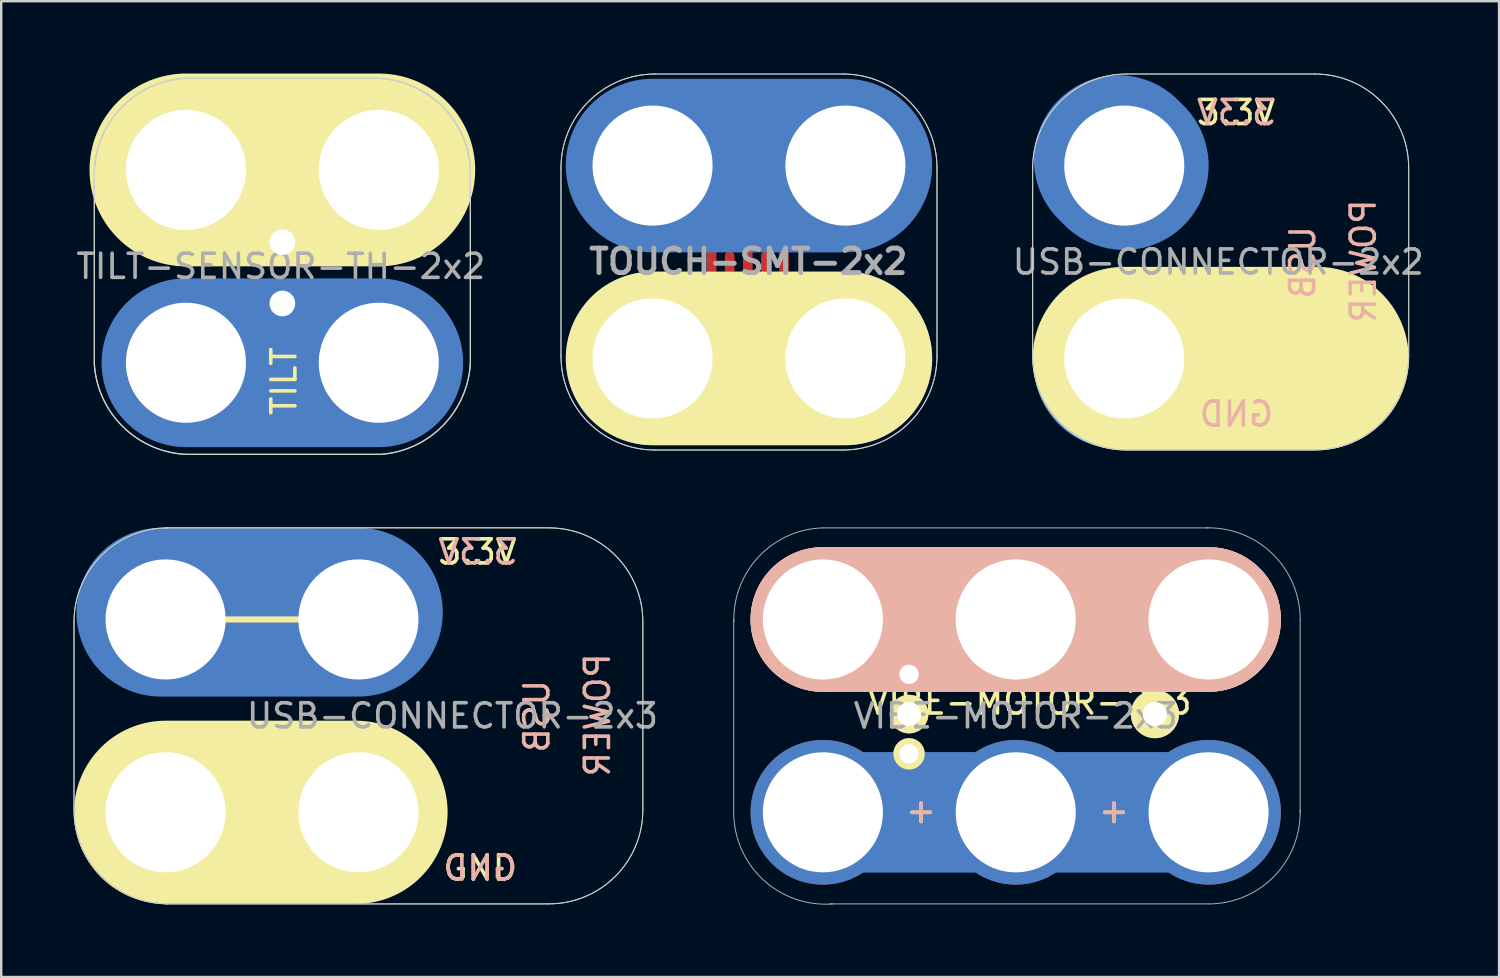
<source format=kicad_pcb>
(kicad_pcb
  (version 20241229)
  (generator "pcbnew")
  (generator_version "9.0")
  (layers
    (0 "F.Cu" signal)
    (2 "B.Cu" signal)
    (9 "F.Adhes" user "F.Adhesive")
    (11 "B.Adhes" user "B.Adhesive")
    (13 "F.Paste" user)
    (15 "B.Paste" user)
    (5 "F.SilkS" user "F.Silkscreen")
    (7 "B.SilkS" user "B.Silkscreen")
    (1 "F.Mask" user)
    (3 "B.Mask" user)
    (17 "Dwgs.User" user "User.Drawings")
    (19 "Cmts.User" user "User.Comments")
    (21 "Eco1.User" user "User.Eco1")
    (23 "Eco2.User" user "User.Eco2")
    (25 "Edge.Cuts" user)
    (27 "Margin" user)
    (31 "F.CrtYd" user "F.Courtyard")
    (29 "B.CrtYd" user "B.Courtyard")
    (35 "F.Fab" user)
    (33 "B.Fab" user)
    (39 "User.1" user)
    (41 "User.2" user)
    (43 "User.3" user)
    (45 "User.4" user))
  (footprint "TOUCH-SMT-2x2"
    (layer "F.Cu")
    (at 24.023 11.82)
    (property "Reference" "TOUCH-SMT-2x2" (at 3.97 -4.02 0) (layer "F.Fab") (effects (font (size 1.016 1.016) (thickness 0.203))))
    (attr through_hole)
    (fp_line (start 2.45 -5) (end 2.45 -3.25) (stroke (width 0.4) (type solid)) (layer "F.Cu"))
    (fp_line (start 3.2 -4.25) (end 3.2 -2.5) (stroke (width 0.4) (type solid)) (layer "F.Cu"))
    (fp_line (start 3.95 -5) (end 3.95 -3.25) (stroke (width 0.4) (type solid)) (layer "F.Cu"))
    (fp_line (start 4 -8) (end 4 -5.1) (stroke (width 1) (type solid)) (layer "F.Cu"))
    (fp_line (start 4 -2.3) (end 4 0.6) (stroke (width 1) (type solid)) (layer "F.Cu"))
    (fp_line (start 4.7 -2.5) (end 4.7 -4.25) (stroke (width 0.4) (type solid)) (layer "F.Cu"))
    (fp_line (start 5.45 -5) (end 5.45 -3.25) (stroke (width 0.4) (type solid)) (layer "F.Cu"))
    (fp_line (start 8 -8) (end -0.1 -8) (stroke (width 1) (type solid)) (layer "F.Cu"))
    (fp_line (start 8 0.6) (end -0.1 0.6) (stroke (width 1) (type solid)) (layer "F.Cu"))
    (fp_line (start 0 -8) (end 8 -8) (stroke (width 7.2) (type solid)) (layer "B.Cu"))
    (fp_line (start 0 0) (end 8 0) (stroke (width 7.2) (type solid)) (layer "B.Cu"))
    (fp_line (start 0 -8) (end 8 -8) (stroke (width 7.2) (type solid)) (layer "B.Mask"))
    (fp_line (start 0 0) (end 8 0) (stroke (width 7.2) (type solid)) (layer "B.Mask"))
    (fp_line (start 0 0) (end 8 0) (stroke (width 7.2) (type solid)) (layer "F.SilkS"))
    (fp_line (start -3.8 -0.1) (end -3.8 -7.9) (stroke (width 0.041) (type solid)) (layer "Edge.Cuts"))
    (fp_line (start 7.9 -11.8) (end 0.1 -11.8) (stroke (width 0.041) (type solid)) (layer "Edge.Cuts"))
    (fp_line (start 7.9 3.8) (end 0.1 3.8) (stroke (width 0.041) (type solid)) (layer "Edge.Cuts"))
    (fp_line (start 11.8 -0.1) (end 11.8 -7.9) (stroke (width 0.041) (type solid)) (layer "Edge.Cuts"))
    (fp_arc (start -3.8 -7.9) (mid -2.657716 -10.657716) (end 0.1 -11.8) (stroke (width 0.04064) (type solid)) (layer "Edge.Cuts"))
    (fp_arc (start 0.1 3.8) (mid -2.657716 2.657716) (end -3.8 -0.1) (stroke (width 0.04064) (type solid)) (layer "Edge.Cuts"))
    (fp_arc (start 7.9 -11.8) (mid 10.657716 -10.657716) (end 11.8 -7.9) (stroke (width 0.04064) (type solid)) (layer "Edge.Cuts"))
    (fp_arc (start 11.8 -0.1) (mid 10.657716 2.657716) (end 7.9 3.8) (stroke (width 0.04064) (type solid)) (layer "Edge.Cuts"))
    (fp_line (start -3.8 -0.1) (end -3.8 -7.9) (stroke (width 0.041) (type solid)) (layer "F.Fab"))
    (fp_line (start 7.9 -11.8) (end 0.1 -11.8) (stroke (width 0.041) (type solid)) (layer "F.Fab"))
    (fp_line (start 7.9 3.8) (end 0.1 3.8) (stroke (width 0.041) (type solid)) (layer "F.Fab"))
    (fp_line (start 11.8 -0.1) (end 11.8 -7.9) (stroke (width 0.041) (type solid)) (layer "F.Fab"))
    (fp_arc (start -3.8 -7.9) (mid -2.657716 -10.657716) (end 0.1 -11.8) (stroke (width 0.04064) (type solid)) (layer "F.Fab"))
    (fp_arc (start 0.1 3.8) (mid -2.657716 2.657716) (end -3.8 -0.1) (stroke (width 0.04064) (type solid)) (layer "F.Fab"))
    (fp_arc (start 7.9 -11.8) (mid 10.657716 -10.657716) (end 11.8 -7.9) (stroke (width 0.04064) (type solid)) (layer "F.Fab"))
    (fp_arc (start 11.8 -0.1) (mid 10.657716 2.657716) (end 7.9 3.8) (stroke (width 0.04064) (type solid)) (layer "F.Fab"))
    (fp_text user "+" (at 4 0 0) (layer "F.SilkS") (effects (font (size 1 1) (thickness 0.15))))
    (pad "" smd circle (at 3.95 -4) (size 4 4) (layers "F.Mask" "F.Paste"))
    (pad "1" thru_hole circle (at 0 -8) (size 6 6) (drill 4.98) (layers "*.Cu" "*.Mask"))
    (pad "1" smd rect (at 3.95 -5) (size 3 0.5) (layers "F.Cu" "F.Mask" "F.Paste"))
    (pad "1" thru_hole circle (at 8 -8) (size 6 6) (drill 4.98) (layers "*.Cu" "*.Mask"))
    (pad "2" thru_hole circle (at 0 0) (size 6 6) (drill 4.98) (layers "*.Cu" "*.Mask"))
    (pad "2" smd rect (at 3.95 -2.365) (size 1.8 0.5) (layers "F.Cu" "F.Mask" "F.Paste"))
    (pad "2" thru_hole circle (at 8 0) (size 6 6) (drill 4.98) (layers "*.Cu" "*.Mask")))
  (footprint "TILT-SENSOR-TH-2x2"
    (layer "F.Cu")
    (at 4.664 12)
    (property "Reference" "TILT-SENSOR-TH-2x2" (at 3.937 -4 0) (layer "F.Fab") (effects (font (size 1 1) (thickness 0.15))))
    (attr through_hole)
    (fp_line (start 4 -5.2) (end 4 -6.3) (stroke (width 2) (type solid)) (layer "B.Cu"))
    (fp_line (start 4 -1.35) (end 4 -2.45) (stroke (width 2) (type solid)) (layer "B.Cu"))
    (fp_line (start 8 -8) (end 0 -8) (stroke (width 7) (type solid)) (layer "B.Cu"))
    (fp_line (start 8 0) (end 0 0) (stroke (width 7) (type solid)) (layer "B.Cu"))
    (fp_line (start 8 -8) (end 0 -8) (stroke (width 7) (type solid)) (layer "B.Mask"))
    (fp_line (start 8 0) (end 0 0) (stroke (width 7) (type solid)) (layer "B.Mask"))
    (fp_line (start 0 -8) (end 8 -8) (stroke (width 8) (type solid)) (layer "F.SilkS"))
    (fp_line (start 2.5 -6.23) (end 5.5 -6.23) (stroke (width 0.15) (type solid)) (layer "F.SilkS"))
    (fp_line (start -3.8 -8) (end -3.8 0) (stroke (width 0.05) (type solid)) (layer "Edge.Cuts"))
    (fp_line (start 0 -11.8) (end 8 -11.8) (stroke (width 0.05) (type solid)) (layer "Edge.Cuts"))
    (fp_line (start 0 3.8) (end 8 3.8) (stroke (width 0.05) (type solid)) (layer "Edge.Cuts"))
    (fp_line (start 11.8 -8) (end 11.8 0) (stroke (width 0.05) (type solid)) (layer "Edge.Cuts"))
    (fp_arc (start -3.8 -8) (mid -2.636928 -10.631138) (end -0.009972 -11.803625) (stroke (width 0.05) (type solid)) (layer "Edge.Cuts"))
    (fp_arc (start 0 3.8) (mid -2.631138 2.636928) (end -3.803625 0.009972) (stroke (width 0.05) (type solid)) (layer "Edge.Cuts"))
    (fp_arc (start 8 -11.8) (mid 10.631138 -10.636928) (end 11.803625 -8.009972) (stroke (width 0.05) (type solid)) (layer "Edge.Cuts"))
    (fp_arc (start 11.8 0) (mid 10.636928 2.631138) (end 8.009972 3.803625) (stroke (width 0.05) (type solid)) (layer "Edge.Cuts"))
    (fp_line (start -3.8 -8) (end -3.8 0) (stroke (width 0.05) (type solid)) (layer "F.Fab"))
    (fp_line (start 0 -11.8) (end 8 -11.8) (stroke (width 0.05) (type solid)) (layer "F.Fab"))
    (fp_line (start 0 3.8) (end 8 3.8) (stroke (width 0.05) (type solid)) (layer "F.Fab"))
    (fp_line (start 11.8 -8) (end 11.8 0) (stroke (width 0.05) (type solid)) (layer "F.Fab"))
    (fp_arc (start -3.8 -8) (mid -2.636928 -10.631138) (end -0.009972 -11.803625) (stroke (width 0.05) (type solid)) (layer "F.Fab"))
    (fp_arc (start 0 3.8) (mid -2.631138 2.636928) (end -3.803625 0.009972) (stroke (width 0.05) (type solid)) (layer "F.Fab"))
    (fp_arc (start 8 -11.8) (mid 10.631138 -10.636928) (end 11.803625 -8.009972) (stroke (width 0.05) (type solid)) (layer "F.Fab"))
    (fp_arc (start 11.8 0) (mid 10.636928 2.631138) (end 8.009972 3.803625) (stroke (width 0.05) (type solid)) (layer "F.Fab"))
    (fp_text user "TILT" (at 4.064 0.762 90) (layer "F.SilkS") (effects (font (size 1 1) (thickness 0.15))))
    (pad "+" thru_hole circle (at 4 -2.46 270) (size 1.778 1.778) (drill 1.067) (layers "*.Cu" "*.Mask"))
    (pad "-" thru_hole circle (at 4 -5) (size 1.778 1.778) (drill 1.067) (layers "*.Cu" "*.Mask"))
    (pad "1" thru_hole circle (at 0 0) (size 6 6) (drill 4.98) (layers "*.Cu" "B.Mask"))
    (pad "1" thru_hole circle (at 8 0) (size 6 6) (drill 4.98) (layers "*.Cu" "B.Mask"))
    (pad "2" thru_hole circle (at 0 -8) (size 6 6) (drill 4.98) (layers "*.Cu" "B.Mask"))
    (pad "2" thru_hole circle (at 8 -8) (size 6 6) (drill 4.98) (layers "*.Cu" "B.Mask")))
  (footprint "USB-CONNECTOR-2x3"
    (layer "F.Cu")
    (at 11.82 30.649)
    (property "Reference" "USB-CONNECTOR-2x3" (at 3.9 -4 0) (layer "F.Fab") (effects (font (size 1 1) (thickness 0.15))))
    (attr through_hole)
    (fp_line (start 0 -8.3) (end -8.2 -8.3) (stroke (width 7) (type solid)) (layer "B.Cu"))
    (fp_line (start 0 0.1) (end -8.2 0.1) (stroke (width 7) (type solid)) (layer "B.Cu"))
    (fp_line (start -0.1 -8.3) (end -8.1 -8.3) (stroke (width 7) (type solid)) (layer "B.Mask"))
    (fp_line (start -0.1 0.1) (end -8.1 0.1) (stroke (width 7) (type solid)) (layer "B.Mask"))
    (fp_line (start -8 0) (end -0.1 0) (stroke (width 7.6) (type solid)) (layer "F.SilkS"))
    (fp_line (start 0 -8) (end -8.1 -8) (stroke (width 0.254) (type solid)) (layer "F.SilkS"))
    (fp_line (start -11.8 -0.1) (end -11.8 -7.9) (stroke (width 0.041) (type solid)) (layer "Edge.Cuts"))
    (fp_line (start 7.9 -11.8) (end -8 -11.8) (stroke (width 0.041) (type solid)) (layer "Edge.Cuts"))
    (fp_line (start 7.9 3.8) (end -8 3.8) (stroke (width 0.041) (type solid)) (layer "Edge.Cuts"))
    (fp_line (start 11.8 -0.1) (end 11.8 -7.9) (stroke (width 0.041) (type solid)) (layer "Edge.Cuts"))
    (fp_arc (start -11.8 -7.9) (mid -10.657716 -10.657716) (end -7.9 -11.8) (stroke (width 0.04064) (type solid)) (layer "Edge.Cuts"))
    (fp_arc (start -7.9 3.8) (mid -10.657716 2.657716) (end -11.8 -0.1) (stroke (width 0.04064) (type solid)) (layer "Edge.Cuts"))
    (fp_arc (start 7.9 -11.8) (mid 10.657716 -10.657716) (end 11.8 -7.9) (stroke (width 0.04064) (type solid)) (layer "Edge.Cuts"))
    (fp_arc (start 11.8 -0.1) (mid 10.657716 2.657716) (end 7.9 3.8) (stroke (width 0.04064) (type solid)) (layer "Edge.Cuts"))
    (fp_line (start -11.8 -0.1) (end -11.8 -7.9) (stroke (width 0.041) (type solid)) (layer "F.Fab"))
    (fp_line (start 7.9 -11.8) (end -8 -11.8) (stroke (width 0.041) (type solid)) (layer "F.Fab"))
    (fp_line (start 7.9 3.8) (end -8 3.8) (stroke (width 0.041) (type solid)) (layer "F.Fab"))
    (fp_line (start 11.8 -0.1) (end 11.8 -7.9) (stroke (width 0.041) (type solid)) (layer "F.Fab"))
    (fp_arc (start -11.8 -7.9) (mid -10.657716 -10.657716) (end -7.9 -11.8) (stroke (width 0.04064) (type solid)) (layer "F.Fab"))
    (fp_arc (start -7.9 3.8) (mid -10.657716 2.657716) (end -11.8 -0.1) (stroke (width 0.04064) (type solid)) (layer "F.Fab"))
    (fp_arc (start 7.9 -11.8) (mid 10.657716 -10.657716) (end 11.8 -7.9) (stroke (width 0.04064) (type solid)) (layer "F.Fab"))
    (fp_arc (start 11.8 -0.1) (mid 10.657716 2.657716) (end 7.9 3.8) (stroke (width 0.04064) (type solid)) (layer "F.Fab"))
    (fp_text user "GND" (at 5.053 2.311 180) (layer "F.SilkS") (effects (font (size 1 1) (thickness 0.15))))
    (fp_text user "3.3V" (at 4.938 -10.801 0) (layer "F.SilkS") (effects (font (size 1 1) (thickness 0.15))))
    (fp_text user "GND" (at 5.053 2.311 0) (layer "B.SilkS") (effects (font (size 1 1) (thickness 0.15)) (justify mirror)))
    (fp_text user "POWER" (at 9.916 -4.039 90) (layer "B.SilkS") (effects (font (size 1 1) (thickness 0.15)) (justify mirror)))
    (fp_text user "USB" (at 7.402 -3.983 270) (layer "B.SilkS") (effects (font (size 1 1) (thickness 0.15)) (justify mirror)))
    (fp_text user "3.3V" (at 4.938 -10.801 0) (layer "B.SilkS") (effects (font (size 1 1) (thickness 0.15)) (justify mirror)))
    (pad "1" thru_hole circle (at -8 -8) (size 6 6) (drill 4.98) (layers "*.Cu" "*.Mask"))
    (pad "1" thru_hole circle (at 0 -8) (size 6 6) (drill 4.98) (layers "*.Cu" "*.Mask"))
    (pad "5" thru_hole circle (at -8 0) (size 6 6) (drill 4.98) (layers "*.Cu" "*.Mask"))
    (pad "5" thru_hole circle (at 0 0) (size 6 6) (drill 4.98) (layers "*.Cu" "*.Mask")))
  (footprint "USB-CONNECTOR-2x2"
    (layer "F.Cu")
    (at 43.592 11.82)
    (property "Reference" "USB-CONNECTOR-2x2" (at 3.9 -4 0) (layer "F.Fab") (effects (font (size 1 1) (thickness 0.15))))
    (attr through_hole)
    (fp_line (start 0 -8) (end -0.25 -8.25) (stroke (width 7) (type solid)) (layer "B.Cu"))
    (fp_line (start 0 0) (end -0.25 0.25) (stroke (width 7) (type solid)) (layer "B.Cu"))
    (fp_line (start 0 -8) (end -0.25 -8.25) (stroke (width 7) (type solid)) (layer "B.Mask"))
    (fp_line (start 0 0) (end -0.25 0.25) (stroke (width 7) (type solid)) (layer "B.Mask"))
    (fp_line (start 0 0) (end 8 0) (stroke (width 7.6) (type solid)) (layer "F.SilkS"))
    (fp_line (start -3.8 -0.1) (end -3.8 -7.9) (stroke (width 0.041) (type solid)) (layer "Edge.Cuts"))
    (fp_line (start 7.9 -11.8) (end 0.1 -11.8) (stroke (width 0.041) (type solid)) (layer "Edge.Cuts"))
    (fp_line (start 7.9 3.8) (end 0.1 3.8) (stroke (width 0.041) (type solid)) (layer "Edge.Cuts"))
    (fp_line (start 11.8 -0.1) (end 11.8 -7.9) (stroke (width 0.041) (type solid)) (layer "Edge.Cuts"))
    (fp_arc (start -3.8 -7.9) (mid -2.657716 -10.657716) (end 0.1 -11.8) (stroke (width 0.04064) (type solid)) (layer "Edge.Cuts"))
    (fp_arc (start 0.1 3.8) (mid -2.657716 2.657716) (end -3.8 -0.1) (stroke (width 0.04064) (type solid)) (layer "Edge.Cuts"))
    (fp_arc (start 7.9 -11.8) (mid 10.657716 -10.657716) (end 11.8 -7.9) (stroke (width 0.04064) (type solid)) (layer "Edge.Cuts"))
    (fp_arc (start 11.8 -0.1) (mid 10.657716 2.657716) (end 7.9 3.8) (stroke (width 0.04064) (type solid)) (layer "Edge.Cuts"))
    (fp_line (start -3.8 -0.1) (end -3.8 -7.9) (stroke (width 0.041) (type solid)) (layer "F.Fab"))
    (fp_line (start 7.9 -11.8) (end 0.1 -11.8) (stroke (width 0.041) (type solid)) (layer "F.Fab"))
    (fp_line (start 7.9 3.8) (end 0.1 3.8) (stroke (width 0.041) (type solid)) (layer "F.Fab"))
    (fp_line (start 11.8 -0.1) (end 11.8 -7.9) (stroke (width 0.041) (type solid)) (layer "F.Fab"))
    (fp_arc (start -3.8 -7.9) (mid -2.657716 -10.657716) (end 0.1 -11.8) (stroke (width 0.04064) (type solid)) (layer "F.Fab"))
    (fp_arc (start 0.1 3.8) (mid -2.657716 2.657716) (end -3.8 -0.1) (stroke (width 0.04064) (type solid)) (layer "F.Fab"))
    (fp_arc (start 7.9 -11.8) (mid 10.657716 -10.657716) (end 11.8 -7.9) (stroke (width 0.04064) (type solid)) (layer "F.Fab"))
    (fp_arc (start 11.8 -0.1) (mid 10.657716 2.657716) (end 7.9 3.8) (stroke (width 0.04064) (type solid)) (layer "F.Fab"))
    (fp_text user "GND" (at 4.653 2.311 180) (layer "F.SilkS") (effects (font (size 1 1) (thickness 0.15))))
    (fp_text user "3.3V" (at 4.638 -10.201 0) (layer "F.SilkS") (effects (font (size 1 1) (thickness 0.15))))
    (fp_text user "GND" (at 4.653 2.311 0) (layer "B.SilkS") (effects (font (size 1 1) (thickness 0.15)) (justify mirror)))
    (fp_text user "USB" (at 7.402 -3.983 270) (layer "B.SilkS") (effects (font (size 1 1) (thickness 0.15)) (justify mirror)))
    (fp_text user "3.3V" (at 4.638 -10.201 0) (layer "B.SilkS") (effects (font (size 1 1) (thickness 0.15)) (justify mirror)))
    (fp_text user "POWER" (at 9.916 -4.039 90) (layer "B.SilkS") (effects (font (size 1 1) (thickness 0.15)) (justify mirror)))
    (pad "1" thru_hole circle (at 0 -8) (size 6 6) (drill 4.98) (layers "*.Cu" "*.Mask"))
    (pad "5" thru_hole circle (at 0 0) (size 6 6) (drill 4.98) (layers "*.Cu" "*.Mask")))
  (footprint "VIBE-MOTOR-2x3"
    (layer "F.Cu")
    (at 31.089 30.65)
    (property "Reference" "VIBE-MOTOR-2x3" (at 8.575 -4.575 180) (layer "F.SilkS") (effects (font (size 1 1) (thickness 0.15))))
    (attr through_hole)
    (fp_line (start 0 -8) (end 16 -8) (stroke (width 5) (type solid)) (layer "B.Cu"))
    (fp_line (start 0 0) (end 16 0) (stroke (width 5) (type solid)) (layer "B.Cu"))
    (fp_line (start 0 0) (end 16 0) (stroke (width 5) (type solid)) (layer "B.Mask"))
    (fp_line (start 16 -8) (end 0 -8) (stroke (width 5) (type solid)) (layer "B.Mask"))
    (fp_line (start 0 -8) (end 16 -8) (stroke (width 6) (type solid)) (layer "F.SilkS"))
    (fp_line (start 0 -8) (end 16 -8) (stroke (width 6) (type solid)) (layer "B.SilkS"))
    (fp_line (start -3.7 -8) (end -3.7 0) (stroke (width 0.041) (type solid)) (layer "F.Fab"))
    (fp_line (start 16 -11.8) (end 0 -11.8) (stroke (width 0.041) (type solid)) (layer "F.Fab"))
    (fp_line (start 16 3.8) (end 0.3 3.8) (stroke (width 0.041) (type solid)) (layer "F.Fab"))
    (fp_line (start 19.8 -8) (end 19.8 0) (stroke (width 0.041) (type solid)) (layer "F.Fab"))
    (fp_arc (start -3.693368 -7.90018) (mid -2.653367 -10.614068) (end 0 -11.8) (stroke (width 0.04064) (type solid)) (layer "F.Fab"))
    (fp_arc (start 0.411824 3.8) (mid -2.475303 2.799424) (end -3.7 0) (stroke (width 0.04064) (type solid)) (layer "F.Fab"))
    (fp_arc (start 15.9 -11.8) (mid 18.652345 -10.723062) (end 19.801316 -8) (stroke (width 0.04064) (type solid)) (layer "F.Fab"))
    (fp_arc (start 19.8 -0.1) (mid 18.723062 2.652345) (end 16 3.801316) (stroke (width 0.04064) (type solid)) (layer "F.Fab"))
    (fp_text user "+" (at 4 0 90) (layer "F.SilkS") (effects (font (size 1 1) (thickness 0.15))))
    (fp_text user "+" (at 12 0 90) (layer "F.SilkS") (effects (font (size 1 1) (thickness 0.15))))
    (fp_text user "-" (at 12 -8 0) (layer "F.SilkS") (effects (font (size 1 1) (thickness 0.15))))
    (fp_text user "-" (at 4 -8 180) (layer "F.SilkS") (effects (font (size 1 1) (thickness 0.15))))
    (fp_text user "+" (at 4 0 90) (layer "B.SilkS") (effects (font (size 1 1) (thickness 0.15)) (justify mirror)))
    (fp_text user "+" (at 12 0 90) (layer "B.SilkS") (effects (font (size 1 1) (thickness 0.15)) (justify mirror)))
    (fp_text user "${REFERENCE}" (at 8 -4 0) (layer "F.Fab") (effects (font (size 1 1) (thickness 0.15))))
    (pad "1" thru_hole circle (at 0 0) (size 6 6) (drill 4.98) (layers "*.Cu" "*.Mask"))
    (pad "1" thru_hole circle (at 3.575 -2.425 90) (size 1.3 1.3) (drill 0.8) (layers "*.Cu" "*.Mask" "F.SilkS"))
    (pad "1" thru_hole circle (at 8 0) (size 6 6) (drill 4.98) (layers "*.Cu" "*.Mask"))
    (pad "1" thru_hole circle (at 16 0) (size 6 6) (drill 4.98) (layers "*.Cu" "*.Mask"))
    (pad "2" thru_hole circle (at 0 -8) (size 6 6) (drill 4.98) (layers "*.Cu" "*.Mask"))
    (pad "2" thru_hole circle (at 3.575 -5.725 90) (size 1.3 1.3) (drill 0.8) (layers "*.Cu" "*.Mask" "F.SilkS"))
    (pad "2" thru_hole circle (at 8 -8) (size 6 6) (drill 4.98) (layers "*.Cu" "*.Mask"))
    (pad "2" thru_hole circle (at 16 -8) (size 6 6) (drill 4.98) (layers "*.Cu" "*.Mask"))
    (pad "3" thru_hole circle (at 3.575 -4.075 90) (size 1.6 1.6) (drill 1) (layers "*.Cu" "*.Mask" "F.SilkS"))
    (pad "3" thru_hole circle (at 13.775 -4.075 90) (size 2 2) (drill 1) (layers "*.Cu" "*.Mask" "F.SilkS")))
  (gr_rect
    (start -3 -3)
    (end 59.141 37.482)
    (stroke (width 0.1) (type default))
    (fill no)
    (layer "Edge.Cuts")))
</source>
